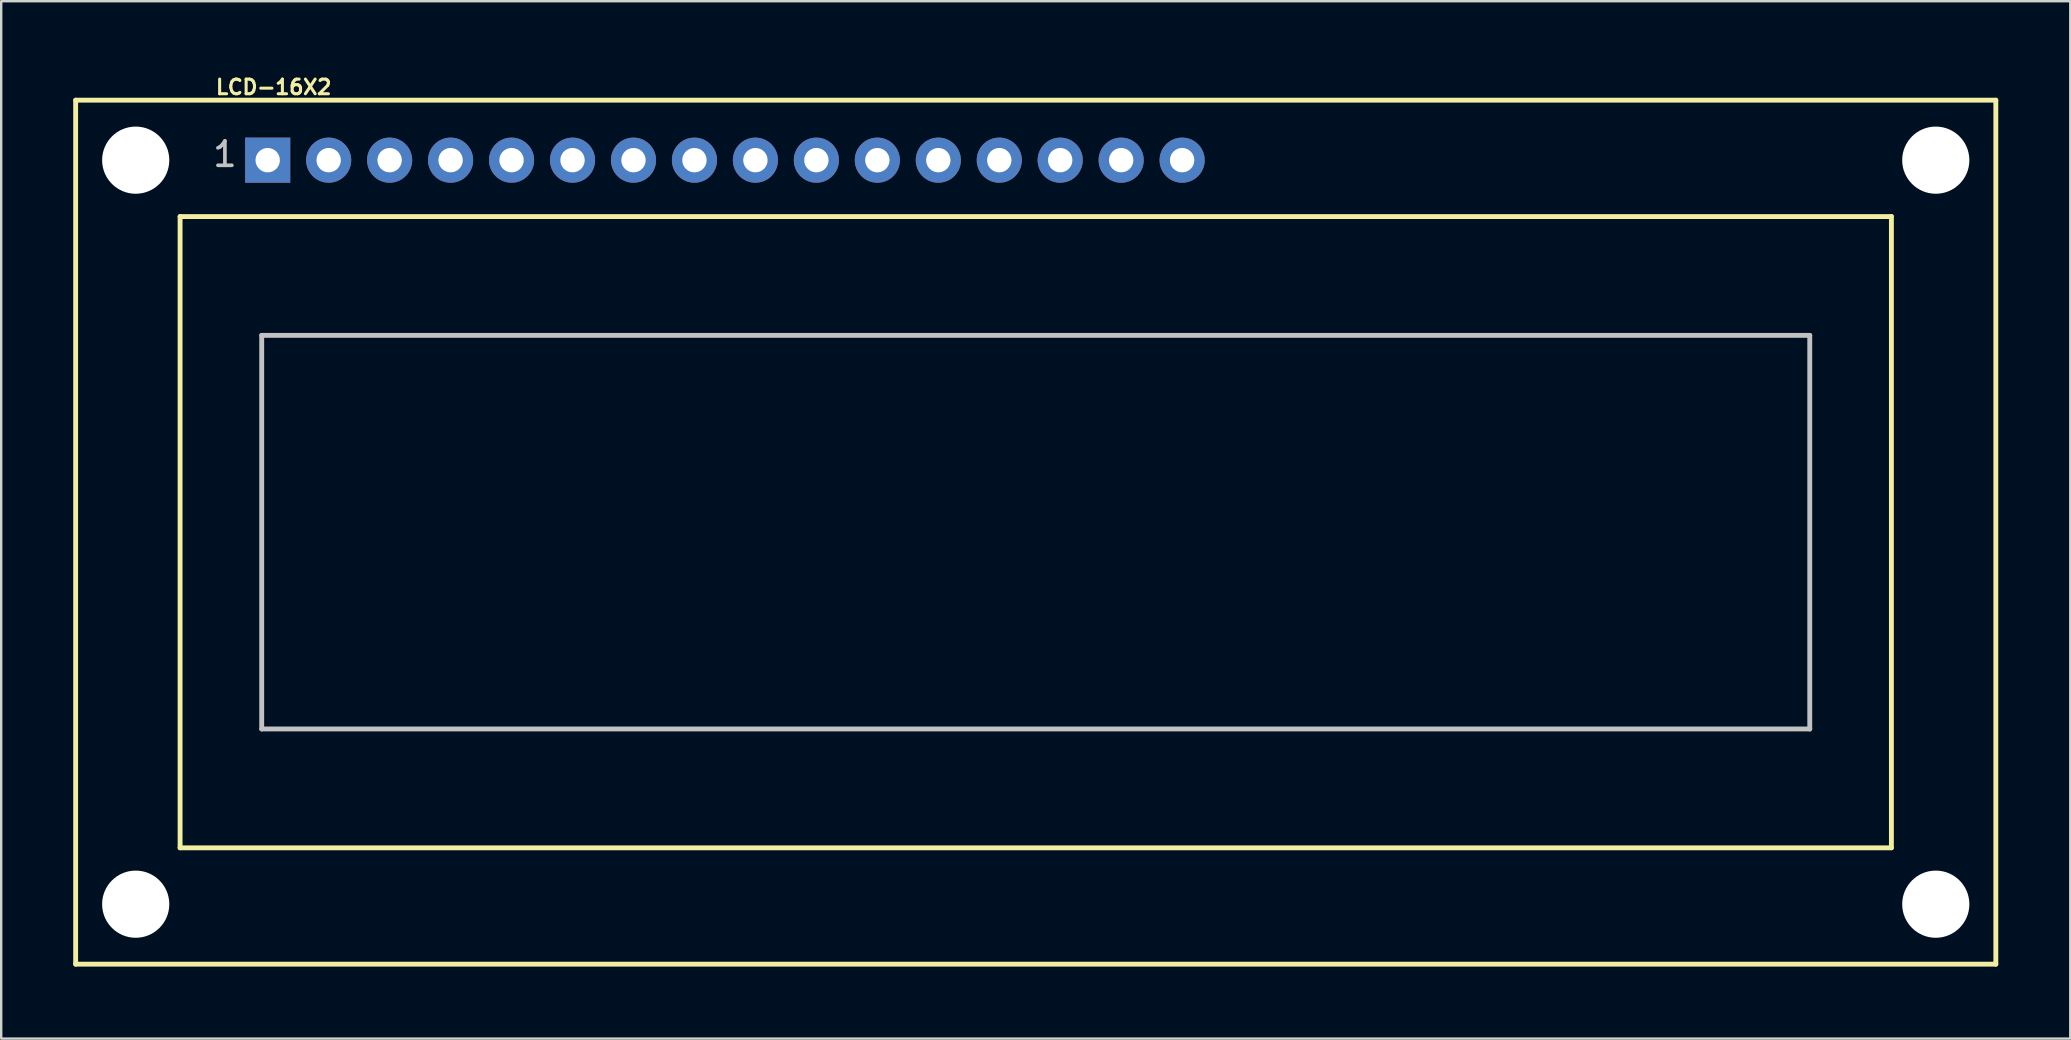
<source format=kicad_pcb>
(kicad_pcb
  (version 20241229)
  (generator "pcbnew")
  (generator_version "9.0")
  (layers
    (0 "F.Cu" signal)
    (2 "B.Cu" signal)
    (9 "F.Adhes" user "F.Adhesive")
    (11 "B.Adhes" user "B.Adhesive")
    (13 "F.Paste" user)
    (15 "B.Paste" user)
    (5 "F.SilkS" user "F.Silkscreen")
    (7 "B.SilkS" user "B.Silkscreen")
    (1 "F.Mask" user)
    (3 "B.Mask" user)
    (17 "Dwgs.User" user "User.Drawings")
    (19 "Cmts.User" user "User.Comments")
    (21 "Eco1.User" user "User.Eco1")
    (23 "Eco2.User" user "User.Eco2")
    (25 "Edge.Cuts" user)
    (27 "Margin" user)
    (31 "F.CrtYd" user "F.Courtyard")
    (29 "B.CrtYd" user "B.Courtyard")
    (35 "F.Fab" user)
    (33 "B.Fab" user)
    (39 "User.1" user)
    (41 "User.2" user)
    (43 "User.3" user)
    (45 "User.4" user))
  (footprint "LCD-16X2"
    (layer "F.Cu")
    (at 40.102 19.122)
    (property "Reference" "LCD-16X2" (at -31.75 -18.542 0) (layer "F.SilkS") (effects (font (size 0.61 0.61) (thickness 0.127))))
    (attr exclude_from_pos_files exclude_from_bom)
    (fp_line (start -40 -17.998) (end 40 -17.998) (stroke (width 0.203) (type solid)) (layer "F.SilkS"))
    (fp_line (start -40 17.998) (end -40 -17.998) (stroke (width 0.203) (type solid)) (layer "F.SilkS"))
    (fp_line (start -35.649 -13.15) (end 35.649 -13.15) (stroke (width 0.203) (type solid)) (layer "F.SilkS"))
    (fp_line (start -35.649 13.15) (end -35.649 -13.15) (stroke (width 0.203) (type solid)) (layer "F.SilkS"))
    (fp_line (start 35.649 -13.15) (end 35.649 13.15) (stroke (width 0.203) (type solid)) (layer "F.SilkS"))
    (fp_line (start 35.649 13.15) (end -35.649 13.15) (stroke (width 0.203) (type solid)) (layer "F.SilkS"))
    (fp_line (start 40 -17.998) (end 40 17.998) (stroke (width 0.203) (type solid)) (layer "F.SilkS"))
    (fp_line (start 40 17.998) (end -40 17.998) (stroke (width 0.203) (type solid)) (layer "F.SilkS"))
    (fp_line (start -32.248 -8.199) (end 32.248 -8.199) (stroke (width 0.203) (type solid)) (layer "Dwgs.User"))
    (fp_line (start -32.248 8.199) (end -32.248 -8.199) (stroke (width 0.203) (type solid)) (layer "Dwgs.User"))
    (fp_line (start 32.248 -8.199) (end 32.248 8.199) (stroke (width 0.203) (type solid)) (layer "Dwgs.User"))
    (fp_line (start 32.248 8.199) (end -32.248 8.199) (stroke (width 0.203) (type solid)) (layer "Dwgs.User"))
    (fp_text user "1" (at -33.782 -15.748 0) (layer "Dwgs.User") (effects (font (size 1.016 1.016) (thickness 0.152))))
    (pad "" np_thru_hole circle (at -37.498 -15.499) (size 2.799 2.799) (drill 2.799) (layers "*.Cu" "*.Mask"))
    (pad "" np_thru_hole circle (at -37.498 15.499) (size 2.799 2.799) (drill 2.799) (layers "*.Cu" "*.Mask"))
    (pad "" np_thru_hole circle (at 37.498 -15.499) (size 2.799 2.799) (drill 2.799) (layers "*.Cu" "*.Mask"))
    (pad "" np_thru_hole circle (at 37.498 15.499) (size 2.799 2.799) (drill 2.799) (layers "*.Cu" "*.Mask"))
    (pad "1" thru_hole rect (at -31.999 -15.499) (size 1.88 1.88) (drill 1.016) (layers "*.Cu" "*.Mask"))
    (pad "2" thru_hole circle (at -29.459 -15.499) (size 1.88 1.88) (drill 1.016) (layers "*.Cu" "*.Mask"))
    (pad "3" thru_hole circle (at -26.919 -15.499) (size 1.88 1.88) (drill 1.016) (layers "*.Cu" "*.Mask"))
    (pad "4" thru_hole circle (at -24.379 -15.499) (size 1.88 1.88) (drill 1.016) (layers "*.Cu" "*.Mask"))
    (pad "5" thru_hole circle (at -21.839 -15.499) (size 1.88 1.88) (drill 1.016) (layers "*.Cu" "*.Mask"))
    (pad "6" thru_hole circle (at -19.299 -15.499) (size 1.88 1.88) (drill 1.016) (layers "*.Cu" "*.Mask"))
    (pad "7" thru_hole circle (at -16.759 -15.499) (size 1.88 1.88) (drill 1.016) (layers "*.Cu" "*.Mask"))
    (pad "8" thru_hole circle (at -14.219 -15.499) (size 1.88 1.88) (drill 1.016) (layers "*.Cu" "*.Mask"))
    (pad "9" thru_hole circle (at -11.679 -15.499) (size 1.88 1.88) (drill 1.016) (layers "*.Cu" "*.Mask"))
    (pad "10" thru_hole circle (at -9.139 -15.499) (size 1.88 1.88) (drill 1.016) (layers "*.Cu" "*.Mask"))
    (pad "11" thru_hole circle (at -6.599 -15.499) (size 1.88 1.88) (drill 1.016) (layers "*.Cu" "*.Mask"))
    (pad "12" thru_hole circle (at -4.059 -15.499) (size 1.88 1.88) (drill 1.016) (layers "*.Cu" "*.Mask"))
    (pad "13" thru_hole circle (at -1.519 -15.499) (size 1.88 1.88) (drill 1.016) (layers "*.Cu" "*.Mask"))
    (pad "14" thru_hole circle (at 1.019 -15.499) (size 1.88 1.88) (drill 1.016) (layers "*.Cu" "*.Mask"))
    (pad "15" thru_hole circle (at 3.559 -15.499) (size 1.88 1.88) (drill 1.016) (layers "*.Cu" "*.Mask"))
    (pad "16" thru_hole circle (at 6.099 -15.499) (size 1.88 1.88) (drill 1.016) (layers "*.Cu" "*.Mask")))
  (gr_rect
    (start -3 -3)
    (end 83.203 40.222)
    (stroke (width 0.1) (type default))
    (fill no)
    (layer "Edge.Cuts")))
</source>
